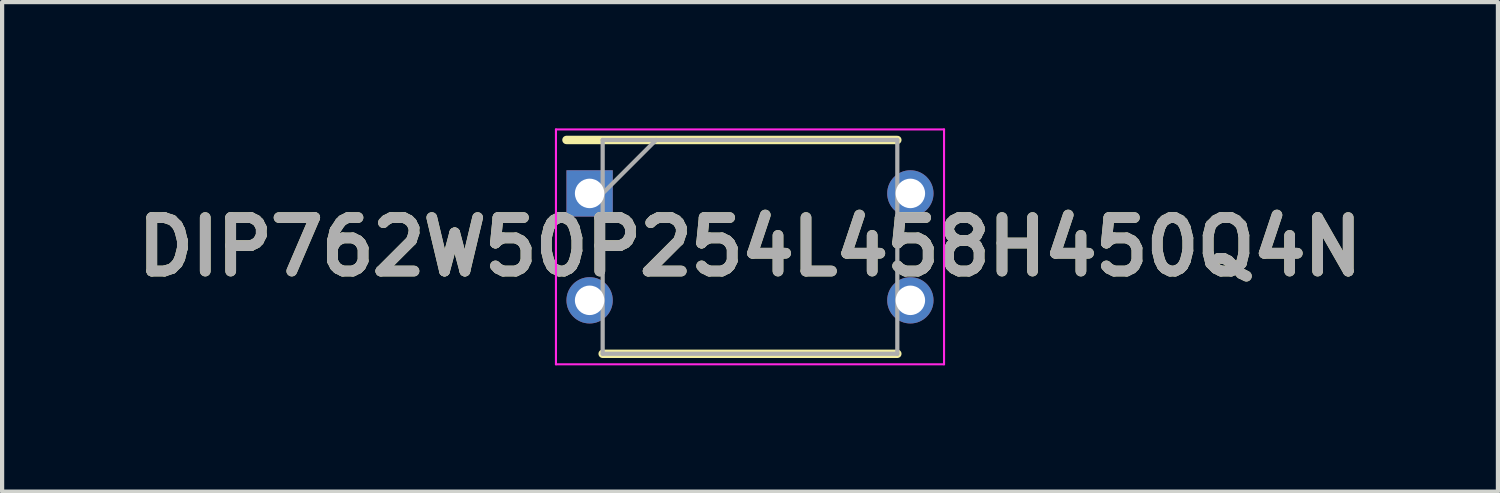
<source format=kicad_pcb>
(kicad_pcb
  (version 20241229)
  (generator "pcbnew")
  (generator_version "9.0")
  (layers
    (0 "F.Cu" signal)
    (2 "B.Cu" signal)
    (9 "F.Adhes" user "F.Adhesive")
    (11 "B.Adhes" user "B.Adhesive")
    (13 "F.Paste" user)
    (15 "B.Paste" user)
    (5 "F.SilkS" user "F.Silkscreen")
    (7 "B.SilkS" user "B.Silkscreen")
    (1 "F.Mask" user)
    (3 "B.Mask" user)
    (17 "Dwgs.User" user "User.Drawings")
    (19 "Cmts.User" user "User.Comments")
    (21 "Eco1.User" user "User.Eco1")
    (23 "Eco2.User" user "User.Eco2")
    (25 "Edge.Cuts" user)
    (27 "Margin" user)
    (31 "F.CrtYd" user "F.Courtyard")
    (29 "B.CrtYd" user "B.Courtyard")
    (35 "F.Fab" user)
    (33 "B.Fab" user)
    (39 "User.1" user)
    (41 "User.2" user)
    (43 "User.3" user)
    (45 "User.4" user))
  (footprint "DIP762W50P254L458H450Q4N"
    (layer "F.Cu")
    (at 14.768 2.815)
    (property "Reference" "DIP762W50P254L458H450Q4N" (at 0 0 0) (layer "F.SilkS") (effects (font (size 1.27 1.27) (thickness 0.254))))
    (attr through_hole)
    (fp_line (start -4.36 -2.54) (end 3.5 -2.54) (stroke (width 0.2) (type solid)) (layer "F.SilkS"))
    (fp_line (start -3.5 2.54) (end 3.5 2.54) (stroke (width 0.2) (type solid)) (layer "F.SilkS"))
    (fp_line (start -4.61 -2.79) (end 4.61 -2.79) (stroke (width 0.05) (type solid)) (layer "F.CrtYd"))
    (fp_line (start -4.61 2.79) (end -4.61 -2.79) (stroke (width 0.05) (type solid)) (layer "F.CrtYd"))
    (fp_line (start 4.61 -2.79) (end 4.61 2.79) (stroke (width 0.05) (type solid)) (layer "F.CrtYd"))
    (fp_line (start 4.61 2.79) (end -4.61 2.79) (stroke (width 0.05) (type solid)) (layer "F.CrtYd"))
    (fp_line (start -3.5 -2.54) (end 3.5 -2.54) (stroke (width 0.1) (type solid)) (layer "F.Fab"))
    (fp_line (start -3.5 -1.27) (end -2.23 -2.54) (stroke (width 0.1) (type solid)) (layer "F.Fab"))
    (fp_line (start -3.5 2.54) (end -3.5 -2.54) (stroke (width 0.1) (type solid)) (layer "F.Fab"))
    (fp_line (start 3.5 -2.54) (end 3.5 2.54) (stroke (width 0.1) (type solid)) (layer "F.Fab"))
    (fp_line (start 3.5 2.54) (end -3.5 2.54) (stroke (width 0.1) (type solid)) (layer "F.Fab"))
    (fp_text user "${REFERENCE}" (at 0 0 0) (layer "F.Fab") (effects (font (size 1.27 1.27) (thickness 0.254))))
    (pad "1" thru_hole rect (at -3.81 -1.27) (size 1.1 1.1) (drill 0.7) (layers "*.Cu" "*.Mask"))
    (pad "2" thru_hole circle (at -3.81 1.27) (size 1.1 1.1) (drill 0.7) (layers "*.Cu" "*.Mask"))
    (pad "3" thru_hole circle (at 3.81 1.27) (size 1.1 1.1) (drill 0.7) (layers "*.Cu" "*.Mask"))
    (pad "4" thru_hole circle (at 3.81 -1.27) (size 1.1 1.1) (drill 0.7) (layers "*.Cu" "*.Mask")))
  (gr_rect
    (start -3 -3)
    (end 32.537 8.63)
    (stroke (width 0.1) (type default))
    (fill no)
    (layer "Edge.Cuts")))
</source>
